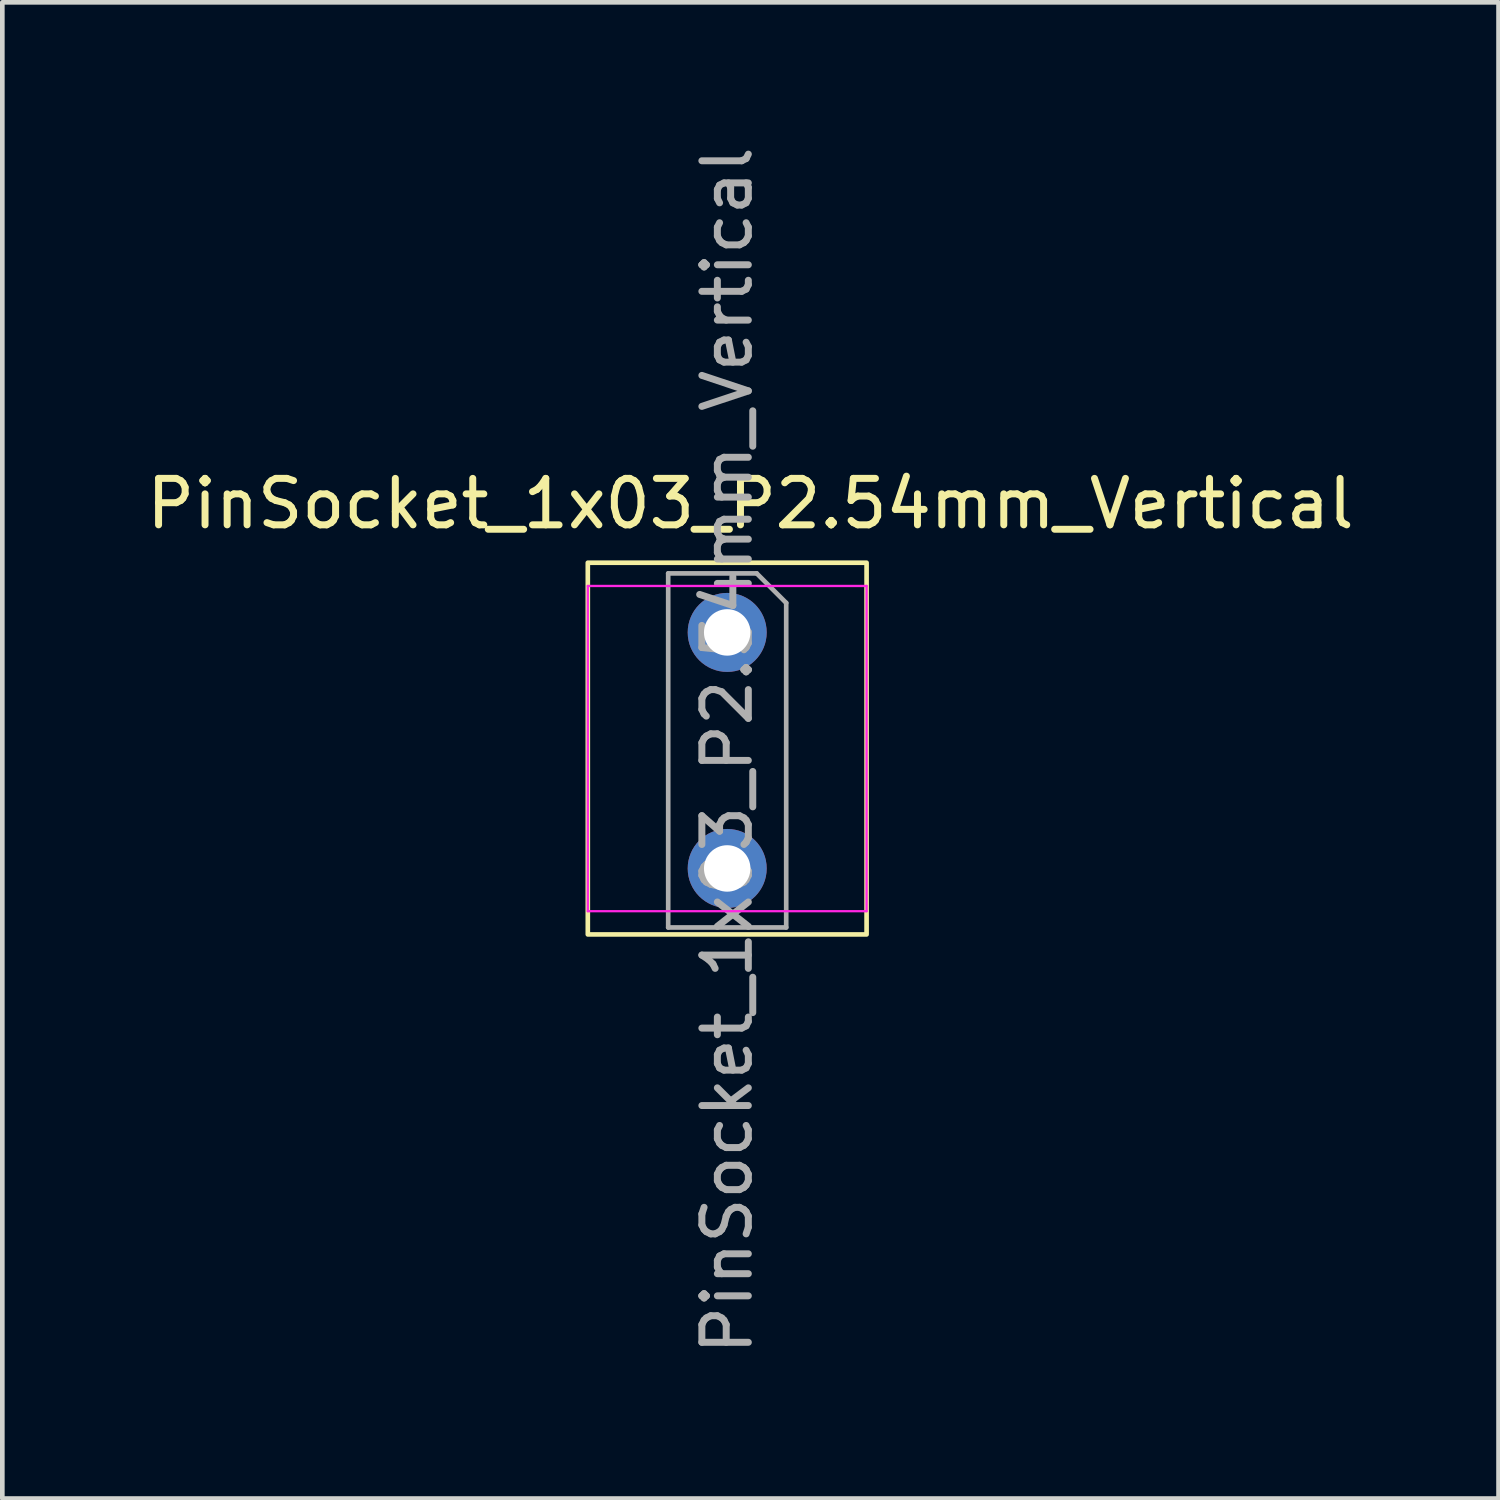
<source format=kicad_pcb>
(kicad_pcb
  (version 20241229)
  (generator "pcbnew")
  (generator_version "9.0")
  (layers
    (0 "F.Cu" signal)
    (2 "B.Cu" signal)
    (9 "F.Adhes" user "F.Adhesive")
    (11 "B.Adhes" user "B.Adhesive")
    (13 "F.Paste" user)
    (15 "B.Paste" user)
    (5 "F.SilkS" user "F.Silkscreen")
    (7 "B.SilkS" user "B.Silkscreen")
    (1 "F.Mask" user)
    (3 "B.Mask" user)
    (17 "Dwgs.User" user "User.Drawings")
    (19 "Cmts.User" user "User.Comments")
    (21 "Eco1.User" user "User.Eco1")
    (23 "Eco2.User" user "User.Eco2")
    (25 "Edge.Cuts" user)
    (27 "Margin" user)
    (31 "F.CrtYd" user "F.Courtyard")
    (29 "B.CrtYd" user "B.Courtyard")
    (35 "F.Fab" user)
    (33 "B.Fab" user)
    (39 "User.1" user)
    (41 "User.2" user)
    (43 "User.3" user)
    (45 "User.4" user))
  (footprint "PinSocket_1x03_P2.54mm_Vertical"
    (layer "F.Cu")
    (at 12.601 10.561)
    (property "Reference" "PinSocket_1x03_P2.54mm_Vertical" (at 0.5 -2.77 0) (layer "F.SilkS") (effects (font (size 1 1) (thickness 0.15))))
    (attr through_hole)
    (fp_rect (start -3 -1.5) (end 3 6.5) (stroke (width 0.1) (type default)) (fill no) (layer "F.SilkS"))
    (fp_line (start -3 -1) (end 3 -1) (stroke (width 0.05) (type solid)) (layer "F.CrtYd"))
    (fp_line (start -3 6) (end -3 -1) (stroke (width 0.05) (type solid)) (layer "F.CrtYd"))
    (fp_line (start 3 -1) (end 3 6) (stroke (width 0.05) (type solid)) (layer "F.CrtYd"))
    (fp_line (start 3 6) (end -3 6) (stroke (width 0.05) (type solid)) (layer "F.CrtYd"))
    (fp_line (start -1.27 -1.27) (end 0.635 -1.27) (stroke (width 0.1) (type solid)) (layer "F.Fab"))
    (fp_line (start -1.27 6.35) (end -1.27 -1.27) (stroke (width 0.1) (type solid)) (layer "F.Fab"))
    (fp_line (start 0.635 -1.27) (end 1.27 -0.635) (stroke (width 0.1) (type solid)) (layer "F.Fab"))
    (fp_line (start 1.27 -0.635) (end 1.27 6.35) (stroke (width 0.1) (type solid)) (layer "F.Fab"))
    (fp_line (start 1.27 6.35) (end -1.27 6.35) (stroke (width 0.1) (type solid)) (layer "F.Fab"))
    (fp_text user "${REFERENCE}" (at 0 2.54 270) (layer "F.Fab") (effects (font (size 1 1) (thickness 0.15))))
    (pad "1" thru_hole circle (at 0 0) (size 1.7 1.7) (drill 1) (layers "*.Cu" "*.Mask"))
    (pad "2" thru_hole circle (at 0 5.08) (size 1.7 1.7) (drill 1) (layers "*.Cu" "*.Mask")))
  (gr_rect
    (start -3 -3)
    (end 29.202 29.202)
    (stroke (width 0.1) (type default))
    (fill no)
    (layer "Edge.Cuts")))
</source>
